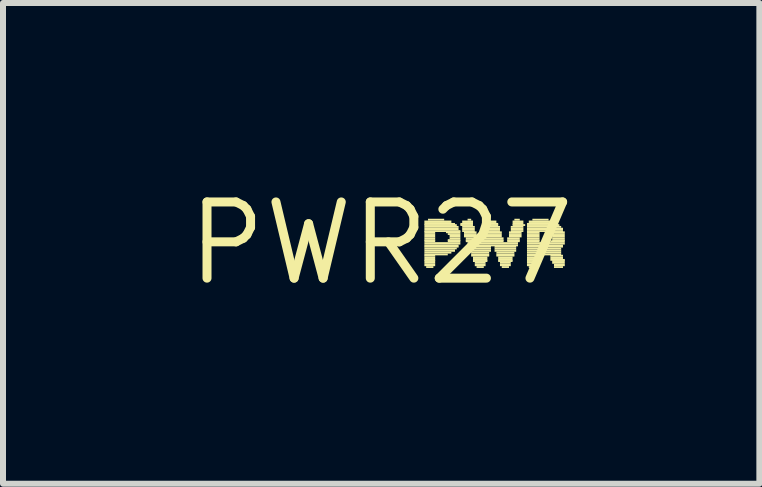
<source format=kicad_pcb>
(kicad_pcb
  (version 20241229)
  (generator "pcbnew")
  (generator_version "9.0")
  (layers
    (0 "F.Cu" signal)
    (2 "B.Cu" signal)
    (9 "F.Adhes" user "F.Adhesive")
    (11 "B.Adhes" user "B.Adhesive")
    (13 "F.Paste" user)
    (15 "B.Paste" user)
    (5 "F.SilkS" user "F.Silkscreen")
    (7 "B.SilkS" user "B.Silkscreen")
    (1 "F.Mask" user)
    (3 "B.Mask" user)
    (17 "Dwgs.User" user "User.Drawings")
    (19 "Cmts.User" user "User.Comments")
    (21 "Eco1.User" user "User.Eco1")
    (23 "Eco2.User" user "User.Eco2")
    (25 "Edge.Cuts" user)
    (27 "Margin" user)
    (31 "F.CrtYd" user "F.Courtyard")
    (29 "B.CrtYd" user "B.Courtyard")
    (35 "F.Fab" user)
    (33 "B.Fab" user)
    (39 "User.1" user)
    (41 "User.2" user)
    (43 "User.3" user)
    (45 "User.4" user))
  (footprint "PWR27"
    (layer "F.Cu")
    (at 3.303 1.006)
    (property "Reference" "PWR27" (at 0 0 0) (layer "F.SilkS") (effects (font (size 1.27 1.27) (thickness 0.15))))
    (fp_poly (pts (xy 0.72 -0.34) (xy 1.17 -0.34) (xy 1.17 -0.38) (xy 0.72 -0.38)) (stroke (width 0) (type solid)) (fill yes) (layer "F.SilkS"))
    (fp_poly (pts (xy 0.72 -0.31) (xy 1.23 -0.31) (xy 1.23 -0.34) (xy 0.72 -0.34)) (stroke (width 0) (type solid)) (fill yes) (layer "F.SilkS"))
    (fp_poly (pts (xy 0.72 -0.29) (xy 1.26 -0.29) (xy 1.26 -0.32) (xy 0.72 -0.32)) (stroke (width 0) (type solid)) (fill yes) (layer "F.SilkS"))
    (fp_poly (pts (xy 0.72 -0.26) (xy 1.29 -0.26) (xy 1.29 -0.29) (xy 0.72 -0.29)) (stroke (width 0) (type solid)) (fill yes) (layer "F.SilkS"))
    (fp_poly (pts (xy 0.72 -0.22) (xy 1.29 -0.22) (xy 1.29 -0.26) (xy 0.72 -0.26)) (stroke (width 0) (type solid)) (fill yes) (layer "F.SilkS"))
    (fp_poly (pts (xy 0.72 -0.19) (xy 1.32 -0.19) (xy 1.32 -0.22) (xy 0.72 -0.22)) (stroke (width 0) (type solid)) (fill yes) (layer "F.SilkS"))
    (fp_poly (pts (xy 0.72 -0.17) (xy 0.9 -0.17) (xy 0.9 -0.2) (xy 0.72 -0.2)) (stroke (width 0) (type solid)) (fill yes) (layer "F.SilkS"))
    (fp_poly (pts (xy 0.72 -0.14) (xy 0.9 -0.14) (xy 0.9 -0.17) (xy 0.72 -0.17)) (stroke (width 0) (type solid)) (fill yes) (layer "F.SilkS"))
    (fp_poly (pts (xy 0.72 -0.1) (xy 0.9 -0.1) (xy 0.9 -0.14) (xy 0.72 -0.14)) (stroke (width 0) (type solid)) (fill yes) (layer "F.SilkS"))
    (fp_poly (pts (xy 0.72 -0.07) (xy 0.9 -0.07) (xy 0.9 -0.1) (xy 0.72 -0.1)) (stroke (width 0) (type solid)) (fill yes) (layer "F.SilkS"))
    (fp_poly (pts (xy 0.72 -0.04) (xy 0.9 -0.04) (xy 0.9 -0.07) (xy 0.72 -0.07)) (stroke (width 0) (type solid)) (fill yes) (layer "F.SilkS"))
    (fp_poly (pts (xy 0.72 -0.02) (xy 0.9 -0.02) (xy 0.9 -0.05) (xy 0.72 -0.05)) (stroke (width 0) (type solid)) (fill yes) (layer "F.SilkS"))
    (fp_poly (pts (xy 0.72 0.02) (xy 1.32 0.02) (xy 1.32 -0.02) (xy 0.72 -0.02)) (stroke (width 0) (type solid)) (fill yes) (layer "F.SilkS"))
    (fp_poly (pts (xy 0.72 0.05) (xy 1.29 0.05) (xy 1.29 0.02) (xy 0.72 0.02)) (stroke (width 0) (type solid)) (fill yes) (layer "F.SilkS"))
    (fp_poly (pts (xy 0.72 0.07) (xy 1.29 0.07) (xy 1.29 0.04) (xy 0.72 0.04)) (stroke (width 0) (type solid)) (fill yes) (layer "F.SilkS"))
    (fp_poly (pts (xy 0.72 0.1) (xy 1.26 0.1) (xy 1.26 0.07) (xy 0.72 0.07)) (stroke (width 0) (type solid)) (fill yes) (layer "F.SilkS"))
    (fp_poly (pts (xy 0.72 0.14) (xy 1.23 0.14) (xy 1.23 0.1) (xy 0.72 0.1)) (stroke (width 0) (type solid)) (fill yes) (layer "F.SilkS"))
    (fp_poly (pts (xy 0.72 0.17) (xy 1.17 0.17) (xy 1.17 0.14) (xy 0.72 0.14)) (stroke (width 0) (type solid)) (fill yes) (layer "F.SilkS"))
    (fp_poly (pts (xy 0.72 0.2) (xy 1.11 0.2) (xy 1.11 0.17) (xy 0.72 0.17)) (stroke (width 0) (type solid)) (fill yes) (layer "F.SilkS"))
    (fp_poly (pts (xy 0.72 0.22) (xy 0.9 0.22) (xy 0.9 0.19) (xy 0.72 0.19)) (stroke (width 0) (type solid)) (fill yes) (layer "F.SilkS"))
    (fp_poly (pts (xy 0.72 0.26) (xy 0.9 0.26) (xy 0.9 0.22) (xy 0.72 0.22)) (stroke (width 0) (type solid)) (fill yes) (layer "F.SilkS"))
    (fp_poly (pts (xy 0.72 0.29) (xy 0.9 0.29) (xy 0.9 0.26) (xy 0.72 0.26)) (stroke (width 0) (type solid)) (fill yes) (layer "F.SilkS"))
    (fp_poly (pts (xy 0.72 0.31) (xy 0.9 0.31) (xy 0.9 0.28) (xy 0.72 0.28)) (stroke (width 0) (type solid)) (fill yes) (layer "F.SilkS"))
    (fp_poly (pts (xy 0.72 0.34) (xy 0.9 0.34) (xy 0.9 0.31) (xy 0.72 0.31)) (stroke (width 0) (type solid)) (fill yes) (layer "F.SilkS"))
    (fp_poly (pts (xy 0.72 0.38) (xy 0.9 0.38) (xy 0.9 0.34) (xy 0.72 0.34)) (stroke (width 0) (type solid)) (fill yes) (layer "F.SilkS"))
    (fp_poly (pts (xy 0.75 0.41) (xy 0.87 0.41) (xy 0.87 0.38) (xy 0.75 0.38)) (stroke (width 0) (type solid)) (fill yes) (layer "F.SilkS"))
    (fp_poly (pts (xy 0.78 -0.38) (xy 1.05 -0.38) (xy 1.05 -0.41) (xy 0.78 -0.41)) (stroke (width 0) (type solid)) (fill yes) (layer "F.SilkS"))
    (fp_poly (pts (xy 1.08 -0.17) (xy 1.32 -0.17) (xy 1.32 -0.2) (xy 1.08 -0.2)) (stroke (width 0) (type solid)) (fill yes) (layer "F.SilkS"))
    (fp_poly (pts (xy 1.11 -0.14) (xy 1.32 -0.14) (xy 1.32 -0.17) (xy 1.11 -0.17)) (stroke (width 0) (type solid)) (fill yes) (layer "F.SilkS"))
    (fp_poly (pts (xy 1.11 -0.04) (xy 1.32 -0.04) (xy 1.32 -0.07) (xy 1.11 -0.07)) (stroke (width 0) (type solid)) (fill yes) (layer "F.SilkS"))
    (fp_poly (pts (xy 1.11 -0.02) (xy 1.32 -0.02) (xy 1.32 -0.05) (xy 1.11 -0.05)) (stroke (width 0) (type solid)) (fill yes) (layer "F.SilkS"))
    (fp_poly (pts (xy 1.14 -0.1) (xy 1.32 -0.1) (xy 1.32 -0.14) (xy 1.14 -0.14)) (stroke (width 0) (type solid)) (fill yes) (layer "F.SilkS"))
    (fp_poly (pts (xy 1.14 -0.07) (xy 1.32 -0.07) (xy 1.32 -0.1) (xy 1.14 -0.1)) (stroke (width 0) (type solid)) (fill yes) (layer "F.SilkS"))
    (fp_poly (pts (xy 1.32 -0.31) (xy 1.53 -0.31) (xy 1.53 -0.34) (xy 1.32 -0.34)) (stroke (width 0) (type solid)) (fill yes) (layer "F.SilkS"))
    (fp_poly (pts (xy 1.32 -0.29) (xy 1.53 -0.29) (xy 1.53 -0.32) (xy 1.32 -0.32)) (stroke (width 0) (type solid)) (fill yes) (layer "F.SilkS"))
    (fp_poly (pts (xy 1.35 -0.34) (xy 1.53 -0.34) (xy 1.53 -0.38) (xy 1.35 -0.38)) (stroke (width 0) (type solid)) (fill yes) (layer "F.SilkS"))
    (fp_poly (pts (xy 1.35 -0.26) (xy 1.56 -0.26) (xy 1.56 -0.29) (xy 1.35 -0.29)) (stroke (width 0) (type solid)) (fill yes) (layer "F.SilkS"))
    (fp_poly (pts (xy 1.35 -0.22) (xy 1.56 -0.22) (xy 1.56 -0.26) (xy 1.35 -0.26)) (stroke (width 0) (type solid)) (fill yes) (layer "F.SilkS"))
    (fp_poly (pts (xy 1.35 -0.19) (xy 1.56 -0.19) (xy 1.56 -0.22) (xy 1.35 -0.22)) (stroke (width 0) (type solid)) (fill yes) (layer "F.SilkS"))
    (fp_poly (pts (xy 1.38 -0.17) (xy 1.59 -0.17) (xy 1.59 -0.2) (xy 1.38 -0.2)) (stroke (width 0) (type solid)) (fill yes) (layer "F.SilkS"))
    (fp_poly (pts (xy 1.38 -0.14) (xy 1.59 -0.14) (xy 1.59 -0.17) (xy 1.38 -0.17)) (stroke (width 0) (type solid)) (fill yes) (layer "F.SilkS"))
    (fp_poly (pts (xy 1.38 -0.1) (xy 1.59 -0.1) (xy 1.59 -0.14) (xy 1.38 -0.14)) (stroke (width 0) (type solid)) (fill yes) (layer "F.SilkS"))
    (fp_poly (pts (xy 1.41 -0.07) (xy 1.62 -0.07) (xy 1.62 -0.1) (xy 1.41 -0.1)) (stroke (width 0) (type solid)) (fill yes) (layer "F.SilkS"))
    (fp_poly (pts (xy 1.41 -0.04) (xy 1.62 -0.04) (xy 1.62 -0.07) (xy 1.41 -0.07)) (stroke (width 0) (type solid)) (fill yes) (layer "F.SilkS"))
    (fp_poly (pts (xy 1.41 -0.02) (xy 1.62 -0.02) (xy 1.62 -0.05) (xy 1.41 -0.05)) (stroke (width 0) (type solid)) (fill yes) (layer "F.SilkS"))
    (fp_poly (pts (xy 1.44 -0.38) (xy 1.5 -0.38) (xy 1.5 -0.41) (xy 1.44 -0.41)) (stroke (width 0) (type solid)) (fill yes) (layer "F.SilkS"))
    (fp_poly (pts (xy 1.44 0.02) (xy 2.28 0.02) (xy 2.28 -0.02) (xy 1.44 -0.02)) (stroke (width 0) (type solid)) (fill yes) (layer "F.SilkS"))
    (fp_poly (pts (xy 1.44 0.05) (xy 2.28 0.05) (xy 2.28 0.02) (xy 1.44 0.02)) (stroke (width 0) (type solid)) (fill yes) (layer "F.SilkS"))
    (fp_poly (pts (xy 1.44 0.07) (xy 1.83 0.07) (xy 1.83 0.04) (xy 1.44 0.04)) (stroke (width 0) (type solid)) (fill yes) (layer "F.SilkS"))
    (fp_poly (pts (xy 1.47 0.1) (xy 1.83 0.1) (xy 1.83 0.07) (xy 1.47 0.07)) (stroke (width 0) (type solid)) (fill yes) (layer "F.SilkS"))
    (fp_poly (pts (xy 1.47 0.14) (xy 1.83 0.14) (xy 1.83 0.1) (xy 1.47 0.1)) (stroke (width 0) (type solid)) (fill yes) (layer "F.SilkS"))
    (fp_poly (pts (xy 1.5 0.17) (xy 1.8 0.17) (xy 1.8 0.14) (xy 1.5 0.14)) (stroke (width 0) (type solid)) (fill yes) (layer "F.SilkS"))
    (fp_poly (pts (xy 1.5 0.2) (xy 1.8 0.2) (xy 1.8 0.17) (xy 1.5 0.17)) (stroke (width 0) (type solid)) (fill yes) (layer "F.SilkS"))
    (fp_poly (pts (xy 1.5 0.22) (xy 1.8 0.22) (xy 1.8 0.19) (xy 1.5 0.19)) (stroke (width 0) (type solid)) (fill yes) (layer "F.SilkS"))
    (fp_poly (pts (xy 1.53 0.26) (xy 1.77 0.26) (xy 1.77 0.22) (xy 1.53 0.22)) (stroke (width 0) (type solid)) (fill yes) (layer "F.SilkS"))
    (fp_poly (pts (xy 1.53 0.29) (xy 1.77 0.29) (xy 1.77 0.26) (xy 1.53 0.26)) (stroke (width 0) (type solid)) (fill yes) (layer "F.SilkS"))
    (fp_poly (pts (xy 1.53 0.31) (xy 1.77 0.31) (xy 1.77 0.28) (xy 1.53 0.28)) (stroke (width 0) (type solid)) (fill yes) (layer "F.SilkS"))
    (fp_poly (pts (xy 1.56 0.34) (xy 1.74 0.34) (xy 1.74 0.31) (xy 1.56 0.31)) (stroke (width 0) (type solid)) (fill yes) (layer "F.SilkS"))
    (fp_poly (pts (xy 1.56 0.38) (xy 1.74 0.38) (xy 1.74 0.34) (xy 1.56 0.34)) (stroke (width 0) (type solid)) (fill yes) (layer "F.SilkS"))
    (fp_poly (pts (xy 1.59 0.41) (xy 1.71 0.41) (xy 1.71 0.38) (xy 1.59 0.38)) (stroke (width 0) (type solid)) (fill yes) (layer "F.SilkS"))
    (fp_poly (pts (xy 1.65 -0.02) (xy 2.04 -0.02) (xy 2.04 -0.05) (xy 1.65 -0.05)) (stroke (width 0) (type solid)) (fill yes) (layer "F.SilkS"))
    (fp_poly (pts (xy 1.68 -0.1) (xy 2.01 -0.1) (xy 2.01 -0.14) (xy 1.68 -0.14)) (stroke (width 0) (type solid)) (fill yes) (layer "F.SilkS"))
    (fp_poly (pts (xy 1.68 -0.07) (xy 2.04 -0.07) (xy 2.04 -0.1) (xy 1.68 -0.1)) (stroke (width 0) (type solid)) (fill yes) (layer "F.SilkS"))
    (fp_poly (pts (xy 1.68 -0.04) (xy 2.04 -0.04) (xy 2.04 -0.07) (xy 1.68 -0.07)) (stroke (width 0) (type solid)) (fill yes) (layer "F.SilkS"))
    (fp_poly (pts (xy 1.71 -0.19) (xy 1.98 -0.19) (xy 1.98 -0.22) (xy 1.71 -0.22)) (stroke (width 0) (type solid)) (fill yes) (layer "F.SilkS"))
    (fp_poly (pts (xy 1.71 -0.17) (xy 2.01 -0.17) (xy 2.01 -0.2) (xy 1.71 -0.2)) (stroke (width 0) (type solid)) (fill yes) (layer "F.SilkS"))
    (fp_poly (pts (xy 1.71 -0.14) (xy 2.01 -0.14) (xy 2.01 -0.17) (xy 1.71 -0.17)) (stroke (width 0) (type solid)) (fill yes) (layer "F.SilkS"))
    (fp_poly (pts (xy 1.74 -0.29) (xy 1.95 -0.29) (xy 1.95 -0.32) (xy 1.74 -0.32)) (stroke (width 0) (type solid)) (fill yes) (layer "F.SilkS"))
    (fp_poly (pts (xy 1.74 -0.26) (xy 1.98 -0.26) (xy 1.98 -0.29) (xy 1.74 -0.29)) (stroke (width 0) (type solid)) (fill yes) (layer "F.SilkS"))
    (fp_poly (pts (xy 1.74 -0.22) (xy 1.98 -0.22) (xy 1.98 -0.26) (xy 1.74 -0.26)) (stroke (width 0) (type solid)) (fill yes) (layer "F.SilkS"))
    (fp_poly (pts (xy 1.77 -0.31) (xy 1.95 -0.31) (xy 1.95 -0.34) (xy 1.77 -0.34)) (stroke (width 0) (type solid)) (fill yes) (layer "F.SilkS"))
    (fp_poly (pts (xy 1.8 -0.34) (xy 1.92 -0.34) (xy 1.92 -0.38) (xy 1.8 -0.38)) (stroke (width 0) (type solid)) (fill yes) (layer "F.SilkS"))
    (fp_poly (pts (xy 1.89 0.07) (xy 2.25 0.07) (xy 2.25 0.04) (xy 1.89 0.04)) (stroke (width 0) (type solid)) (fill yes) (layer "F.SilkS"))
    (fp_poly (pts (xy 1.89 0.1) (xy 2.25 0.1) (xy 2.25 0.07) (xy 1.89 0.07)) (stroke (width 0) (type solid)) (fill yes) (layer "F.SilkS"))
    (fp_poly (pts (xy 1.89 0.14) (xy 2.25 0.14) (xy 2.25 0.1) (xy 1.89 0.1)) (stroke (width 0) (type solid)) (fill yes) (layer "F.SilkS"))
    (fp_poly (pts (xy 1.92 0.17) (xy 2.22 0.17) (xy 2.22 0.14) (xy 1.92 0.14)) (stroke (width 0) (type solid)) (fill yes) (layer "F.SilkS"))
    (fp_poly (pts (xy 1.92 0.2) (xy 2.22 0.2) (xy 2.22 0.17) (xy 1.92 0.17)) (stroke (width 0) (type solid)) (fill yes) (layer "F.SilkS"))
    (fp_poly (pts (xy 1.92 0.22) (xy 2.22 0.22) (xy 2.22 0.19) (xy 1.92 0.19)) (stroke (width 0) (type solid)) (fill yes) (layer "F.SilkS"))
    (fp_poly (pts (xy 1.95 0.26) (xy 2.19 0.26) (xy 2.19 0.22) (xy 1.95 0.22)) (stroke (width 0) (type solid)) (fill yes) (layer "F.SilkS"))
    (fp_poly (pts (xy 1.95 0.29) (xy 2.19 0.29) (xy 2.19 0.26) (xy 1.95 0.26)) (stroke (width 0) (type solid)) (fill yes) (layer "F.SilkS"))
    (fp_poly (pts (xy 1.95 0.31) (xy 2.19 0.31) (xy 2.19 0.28) (xy 1.95 0.28)) (stroke (width 0) (type solid)) (fill yes) (layer "F.SilkS"))
    (fp_poly (pts (xy 1.98 0.34) (xy 2.16 0.34) (xy 2.16 0.31) (xy 1.98 0.31)) (stroke (width 0) (type solid)) (fill yes) (layer "F.SilkS"))
    (fp_poly (pts (xy 1.98 0.38) (xy 2.16 0.38) (xy 2.16 0.34) (xy 1.98 0.34)) (stroke (width 0) (type solid)) (fill yes) (layer "F.SilkS"))
    (fp_poly (pts (xy 2.01 0.41) (xy 2.13 0.41) (xy 2.13 0.38) (xy 2.01 0.38)) (stroke (width 0) (type solid)) (fill yes) (layer "F.SilkS"))
    (fp_poly (pts (xy 2.1 -0.07) (xy 2.31 -0.07) (xy 2.31 -0.1) (xy 2.1 -0.1)) (stroke (width 0) (type solid)) (fill yes) (layer "F.SilkS"))
    (fp_poly (pts (xy 2.1 -0.04) (xy 2.31 -0.04) (xy 2.31 -0.07) (xy 2.1 -0.07)) (stroke (width 0) (type solid)) (fill yes) (layer "F.SilkS"))
    (fp_poly (pts (xy 2.1 -0.02) (xy 2.31 -0.02) (xy 2.31 -0.05) (xy 2.1 -0.05)) (stroke (width 0) (type solid)) (fill yes) (layer "F.SilkS"))
    (fp_poly (pts (xy 2.13 -0.17) (xy 2.34 -0.17) (xy 2.34 -0.2) (xy 2.13 -0.2)) (stroke (width 0) (type solid)) (fill yes) (layer "F.SilkS"))
    (fp_poly (pts (xy 2.13 -0.14) (xy 2.34 -0.14) (xy 2.34 -0.17) (xy 2.13 -0.17)) (stroke (width 0) (type solid)) (fill yes) (layer "F.SilkS"))
    (fp_poly (pts (xy 2.13 -0.1) (xy 2.34 -0.1) (xy 2.34 -0.14) (xy 2.13 -0.14)) (stroke (width 0) (type solid)) (fill yes) (layer "F.SilkS"))
    (fp_poly (pts (xy 2.16 -0.26) (xy 2.37 -0.26) (xy 2.37 -0.29) (xy 2.16 -0.29)) (stroke (width 0) (type solid)) (fill yes) (layer "F.SilkS"))
    (fp_poly (pts (xy 2.16 -0.22) (xy 2.37 -0.22) (xy 2.37 -0.26) (xy 2.16 -0.26)) (stroke (width 0) (type solid)) (fill yes) (layer "F.SilkS"))
    (fp_poly (pts (xy 2.16 -0.19) (xy 2.37 -0.19) (xy 2.37 -0.22) (xy 2.16 -0.22)) (stroke (width 0) (type solid)) (fill yes) (layer "F.SilkS"))
    (fp_poly (pts (xy 2.19 -0.34) (xy 2.37 -0.34) (xy 2.37 -0.38) (xy 2.19 -0.38)) (stroke (width 0) (type solid)) (fill yes) (layer "F.SilkS"))
    (fp_poly (pts (xy 2.19 -0.31) (xy 2.37 -0.31) (xy 2.37 -0.34) (xy 2.19 -0.34)) (stroke (width 0) (type solid)) (fill yes) (layer "F.SilkS"))
    (fp_poly (pts (xy 2.19 -0.29) (xy 2.4 -0.29) (xy 2.4 -0.32) (xy 2.19 -0.32)) (stroke (width 0) (type solid)) (fill yes) (layer "F.SilkS"))
    (fp_poly (pts (xy 2.22 -0.38) (xy 2.31 -0.38) (xy 2.31 -0.41) (xy 2.22 -0.41)) (stroke (width 0) (type solid)) (fill yes) (layer "F.SilkS"))
    (fp_poly (pts (xy 2.43 -0.31) (xy 2.94 -0.31) (xy 2.94 -0.34) (xy 2.43 -0.34)) (stroke (width 0) (type solid)) (fill yes) (layer "F.SilkS"))
    (fp_poly (pts (xy 2.43 -0.29) (xy 2.97 -0.29) (xy 2.97 -0.32) (xy 2.43 -0.32)) (stroke (width 0) (type solid)) (fill yes) (layer "F.SilkS"))
    (fp_poly (pts (xy 2.43 -0.26) (xy 3 -0.26) (xy 3 -0.29) (xy 2.43 -0.29)) (stroke (width 0) (type solid)) (fill yes) (layer "F.SilkS"))
    (fp_poly (pts (xy 2.43 -0.22) (xy 3.03 -0.22) (xy 3.03 -0.26) (xy 2.43 -0.26)) (stroke (width 0) (type solid)) (fill yes) (layer "F.SilkS"))
    (fp_poly (pts (xy 2.43 -0.19) (xy 3.03 -0.19) (xy 3.03 -0.22) (xy 2.43 -0.22)) (stroke (width 0) (type solid)) (fill yes) (layer "F.SilkS"))
    (fp_poly (pts (xy 2.43 -0.17) (xy 2.64 -0.17) (xy 2.64 -0.2) (xy 2.43 -0.2)) (stroke (width 0) (type solid)) (fill yes) (layer "F.SilkS"))
    (fp_poly (pts (xy 2.43 -0.14) (xy 2.64 -0.14) (xy 2.64 -0.17) (xy 2.43 -0.17)) (stroke (width 0) (type solid)) (fill yes) (layer "F.SilkS"))
    (fp_poly (pts (xy 2.43 -0.1) (xy 2.64 -0.1) (xy 2.64 -0.14) (xy 2.43 -0.14)) (stroke (width 0) (type solid)) (fill yes) (layer "F.SilkS"))
    (fp_poly (pts (xy 2.43 -0.07) (xy 2.64 -0.07) (xy 2.64 -0.1) (xy 2.43 -0.1)) (stroke (width 0) (type solid)) (fill yes) (layer "F.SilkS"))
    (fp_poly (pts (xy 2.43 -0.04) (xy 2.64 -0.04) (xy 2.64 -0.07) (xy 2.43 -0.07)) (stroke (width 0) (type solid)) (fill yes) (layer "F.SilkS"))
    (fp_poly (pts (xy 2.43 -0.02) (xy 2.64 -0.02) (xy 2.64 -0.05) (xy 2.43 -0.05)) (stroke (width 0) (type solid)) (fill yes) (layer "F.SilkS"))
    (fp_poly (pts (xy 2.43 0.02) (xy 3.06 0.02) (xy 3.06 -0.02) (xy 2.43 -0.02)) (stroke (width 0) (type solid)) (fill yes) (layer "F.SilkS"))
    (fp_poly (pts (xy 2.43 0.05) (xy 3.03 0.05) (xy 3.03 0.02) (xy 2.43 0.02)) (stroke (width 0) (type solid)) (fill yes) (layer "F.SilkS"))
    (fp_poly (pts (xy 2.43 0.07) (xy 3.03 0.07) (xy 3.03 0.04) (xy 2.43 0.04)) (stroke (width 0) (type solid)) (fill yes) (layer "F.SilkS"))
    (fp_poly (pts (xy 2.43 0.1) (xy 3 0.1) (xy 3 0.07) (xy 2.43 0.07)) (stroke (width 0) (type solid)) (fill yes) (layer "F.SilkS"))
    (fp_poly (pts (xy 2.43 0.14) (xy 3 0.14) (xy 3 0.1) (xy 2.43 0.1)) (stroke (width 0) (type solid)) (fill yes) (layer "F.SilkS"))
    (fp_poly (pts (xy 2.43 0.17) (xy 3 0.17) (xy 3 0.14) (xy 2.43 0.14)) (stroke (width 0) (type solid)) (fill yes) (layer "F.SilkS"))
    (fp_poly (pts (xy 2.43 0.2) (xy 3 0.2) (xy 3 0.17) (xy 2.43 0.17)) (stroke (width 0) (type solid)) (fill yes) (layer "F.SilkS"))
    (fp_poly (pts (xy 2.43 0.22) (xy 2.64 0.22) (xy 2.64 0.19) (xy 2.43 0.19)) (stroke (width 0) (type solid)) (fill yes) (layer "F.SilkS"))
    (fp_poly (pts (xy 2.43 0.26) (xy 2.64 0.26) (xy 2.64 0.22) (xy 2.43 0.22)) (stroke (width 0) (type solid)) (fill yes) (layer "F.SilkS"))
    (fp_poly (pts (xy 2.43 0.29) (xy 2.64 0.29) (xy 2.64 0.26) (xy 2.43 0.26)) (stroke (width 0) (type solid)) (fill yes) (layer "F.SilkS"))
    (fp_poly (pts (xy 2.43 0.31) (xy 2.64 0.31) (xy 2.64 0.28) (xy 2.43 0.28)) (stroke (width 0) (type solid)) (fill yes) (layer "F.SilkS"))
    (fp_poly (pts (xy 2.43 0.34) (xy 2.64 0.34) (xy 2.64 0.31) (xy 2.43 0.31)) (stroke (width 0) (type solid)) (fill yes) (layer "F.SilkS"))
    (fp_poly (pts (xy 2.43 0.38) (xy 2.64 0.38) (xy 2.64 0.34) (xy 2.43 0.34)) (stroke (width 0) (type solid)) (fill yes) (layer "F.SilkS"))
    (fp_poly (pts (xy 2.46 -0.34) (xy 2.91 -0.34) (xy 2.91 -0.38) (xy 2.46 -0.38)) (stroke (width 0) (type solid)) (fill yes) (layer "F.SilkS"))
    (fp_poly (pts (xy 2.46 0.41) (xy 2.61 0.41) (xy 2.61 0.38) (xy 2.46 0.38)) (stroke (width 0) (type solid)) (fill yes) (layer "F.SilkS"))
    (fp_poly (pts (xy 2.52 -0.38) (xy 2.79 -0.38) (xy 2.79 -0.41) (xy 2.52 -0.41)) (stroke (width 0) (type solid)) (fill yes) (layer "F.SilkS"))
    (fp_poly (pts (xy 2.82 -0.17) (xy 3.06 -0.17) (xy 3.06 -0.2) (xy 2.82 -0.2)) (stroke (width 0) (type solid)) (fill yes) (layer "F.SilkS"))
    (fp_poly (pts (xy 2.82 -0.02) (xy 3.06 -0.02) (xy 3.06 -0.05) (xy 2.82 -0.05)) (stroke (width 0) (type solid)) (fill yes) (layer "F.SilkS"))
    (fp_poly (pts (xy 2.82 0.22) (xy 3.03 0.22) (xy 3.03 0.19) (xy 2.82 0.19)) (stroke (width 0) (type solid)) (fill yes) (layer "F.SilkS"))
    (fp_poly (pts (xy 2.82 0.26) (xy 3.03 0.26) (xy 3.03 0.22) (xy 2.82 0.22)) (stroke (width 0) (type solid)) (fill yes) (layer "F.SilkS"))
    (fp_poly (pts (xy 2.82 0.29) (xy 3.06 0.29) (xy 3.06 0.26) (xy 2.82 0.26)) (stroke (width 0) (type solid)) (fill yes) (layer "F.SilkS"))
    (fp_poly (pts (xy 2.85 -0.14) (xy 3.06 -0.14) (xy 3.06 -0.17) (xy 2.85 -0.17)) (stroke (width 0) (type solid)) (fill yes) (layer "F.SilkS"))
    (fp_poly (pts (xy 2.85 -0.1) (xy 3.06 -0.1) (xy 3.06 -0.14) (xy 2.85 -0.14)) (stroke (width 0) (type solid)) (fill yes) (layer "F.SilkS"))
    (fp_poly (pts (xy 2.85 -0.07) (xy 3.06 -0.07) (xy 3.06 -0.1) (xy 2.85 -0.1)) (stroke (width 0) (type solid)) (fill yes) (layer "F.SilkS"))
    (fp_poly (pts (xy 2.85 -0.04) (xy 3.06 -0.04) (xy 3.06 -0.07) (xy 2.85 -0.07)) (stroke (width 0) (type solid)) (fill yes) (layer "F.SilkS"))
    (fp_poly (pts (xy 2.85 0.31) (xy 3.06 0.31) (xy 3.06 0.28) (xy 2.85 0.28)) (stroke (width 0) (type solid)) (fill yes) (layer "F.SilkS"))
    (fp_poly (pts (xy 2.85 0.34) (xy 3.06 0.34) (xy 3.06 0.31) (xy 2.85 0.31)) (stroke (width 0) (type solid)) (fill yes) (layer "F.SilkS"))
    (fp_poly (pts (xy 2.88 0.38) (xy 3.06 0.38) (xy 3.06 0.34) (xy 2.88 0.34)) (stroke (width 0) (type solid)) (fill yes) (layer "F.SilkS"))
    (fp_poly (pts (xy 2.88 0.41) (xy 3.03 0.41) (xy 3.03 0.38) (xy 2.88 0.38)) (stroke (width 0) (type solid)) (fill yes) (layer "F.SilkS")))
  (gr_rect
    (start -3 -3)
    (end 9.606 5.012)
    (stroke (width 0.1) (type default))
    (fill no)
    (layer "Edge.Cuts")))
</source>
